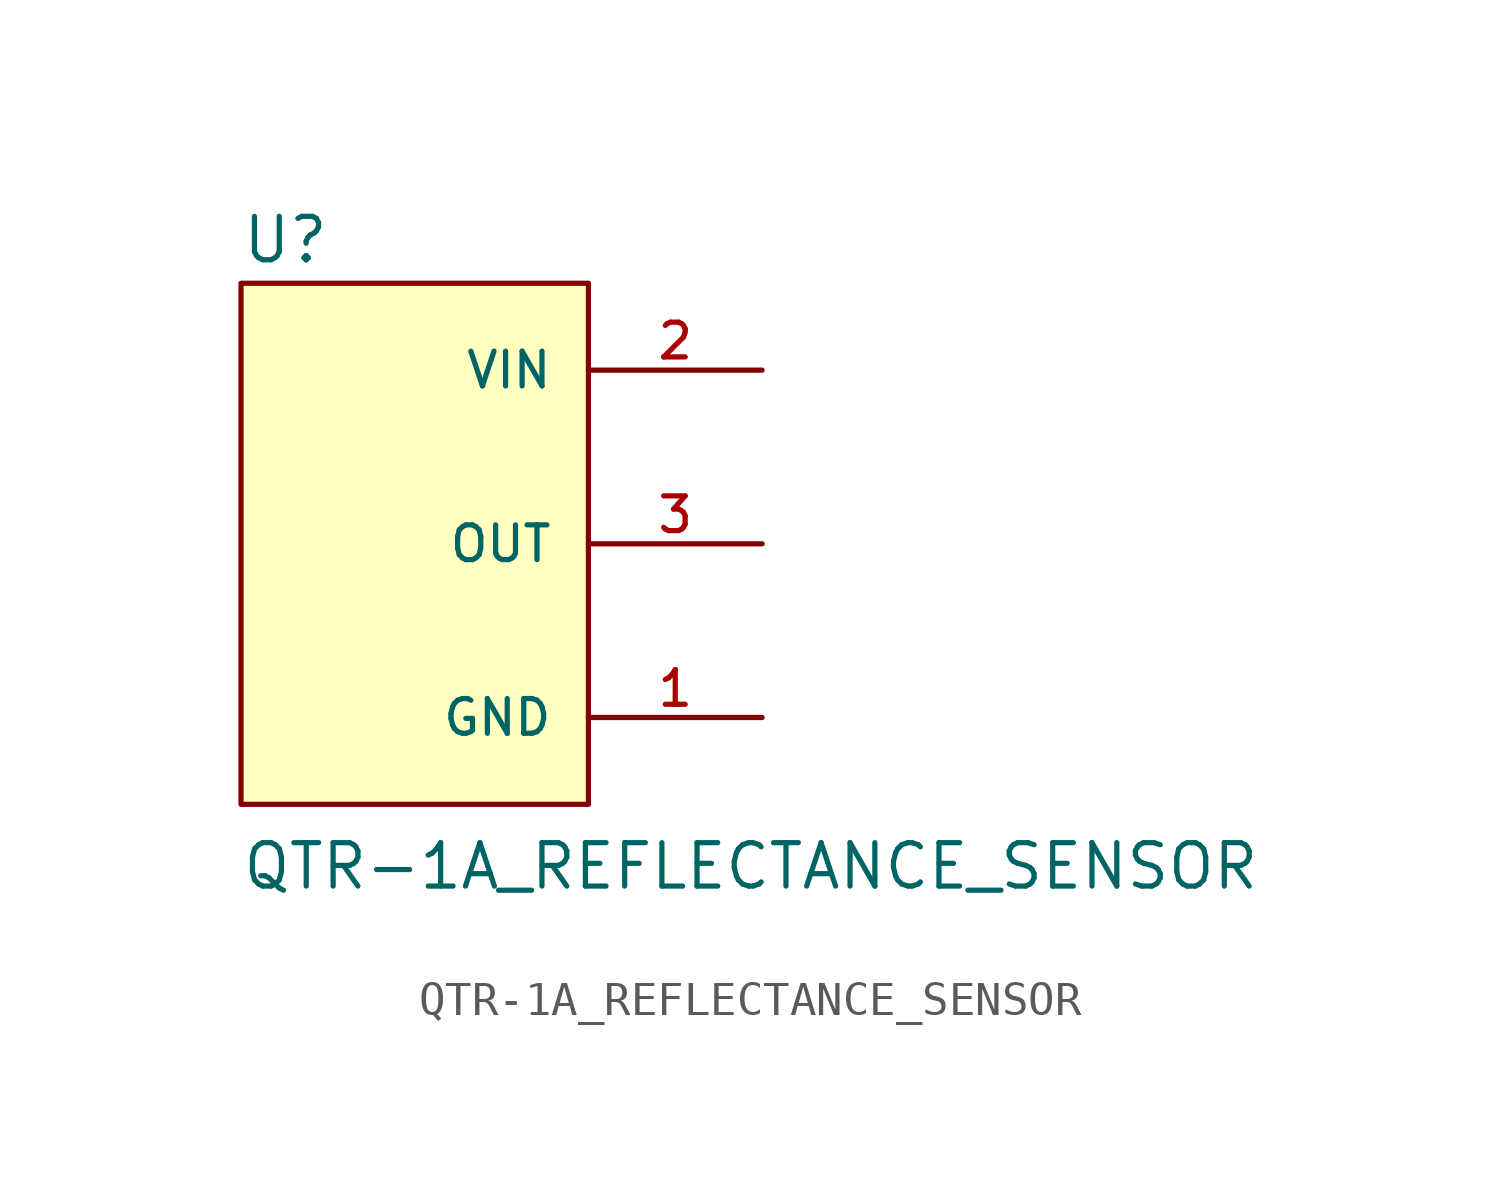
<source format=kicad_sym>
(kicad_symbol_lib
  (version 20211014)
  (generator kicad_symbol_editor)
  (symbol "QTR-1A_REFLECTANCE_SENSOR"
    (pin_names
      (offset 1.016))
    (property "Reference" "U"
      (at -5.09 8.144 0)
      (effects (font (size 1.27 1.27)) (justify bottom left)))
    (property "Value" "QTR-1A_REFLECTANCE_SENSOR"
      (at -5.087 -10.174 0)
      (effects (font (size 1.27 1.27)) (justify bottom left)))
    (symbol "QTR-1A_REFLECTANCE_SENSOR_0_0"
      (rectangle (start -5.08 -7.62) (end 5.08 7.62) (stroke (width 0.152)) (fill (type background)))
      (pin power_in line (at 10.16 5.08 180.0) (length 5.08) (name "VIN" (effects (font (size 1.016 1.016)))) (number "2" (effects (font (size 1.016 1.016)))))
      (pin output line (at 10.16 0.0 180.0) (length 5.08) (name "OUT" (effects (font (size 1.016 1.016)))) (number "3" (effects (font (size 1.016 1.016)))))
      (pin power_in line (at 10.16 -5.08 180.0) (length 5.08) (name "GND" (effects (font (size 1.016 1.016)))) (number "1" (effects (font (size 1.016 1.016))))))))
</source>
